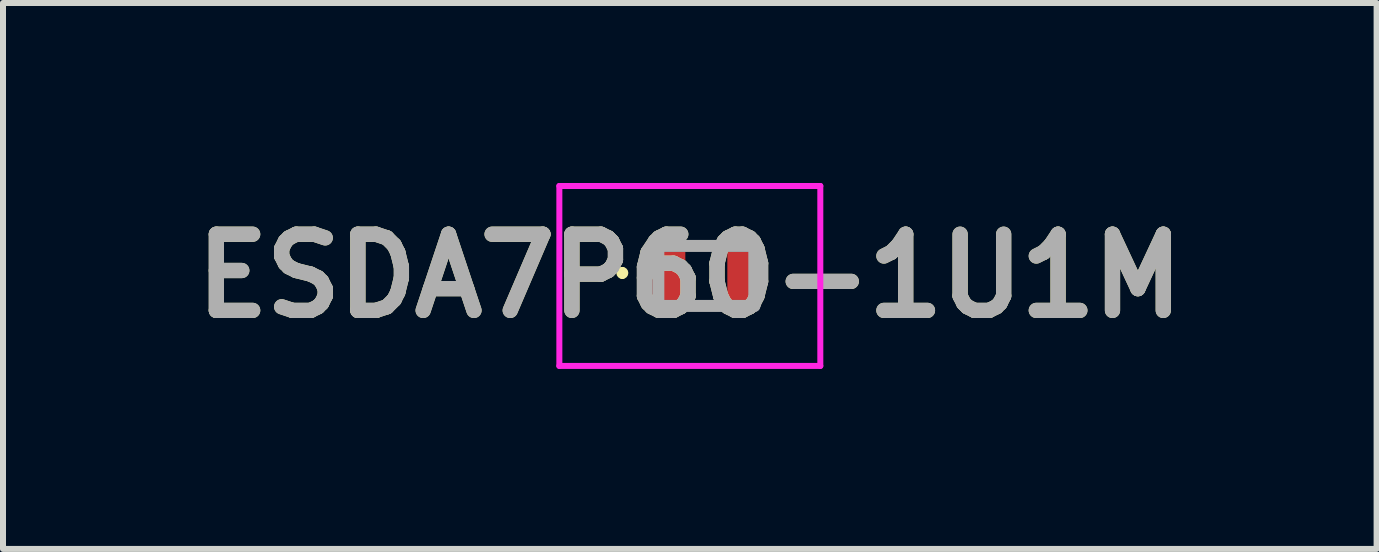
<source format=kicad_pcb>
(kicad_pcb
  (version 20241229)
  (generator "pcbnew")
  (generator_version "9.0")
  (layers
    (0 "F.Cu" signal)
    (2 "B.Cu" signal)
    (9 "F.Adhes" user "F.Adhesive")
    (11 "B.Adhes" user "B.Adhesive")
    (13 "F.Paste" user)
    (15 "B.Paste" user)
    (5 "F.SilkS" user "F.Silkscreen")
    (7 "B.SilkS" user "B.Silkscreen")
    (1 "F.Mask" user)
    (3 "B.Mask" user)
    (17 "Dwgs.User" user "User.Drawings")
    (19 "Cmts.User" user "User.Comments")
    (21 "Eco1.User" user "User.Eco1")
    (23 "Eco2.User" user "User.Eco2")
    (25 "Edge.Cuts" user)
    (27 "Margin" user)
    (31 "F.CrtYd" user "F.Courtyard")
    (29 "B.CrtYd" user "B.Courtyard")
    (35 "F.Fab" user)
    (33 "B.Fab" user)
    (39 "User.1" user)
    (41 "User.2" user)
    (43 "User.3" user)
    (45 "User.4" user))
  (footprint "ESDA7P60-1U1M"
    (layer "F.Cu")
    (at 8.724 1.55)
    (property "Reference" "ESDA7P60-1U1M" (at -0.275 0 0) (layer "F.SilkS") (effects (font (size 1.27 1.27) (thickness 0.254))))
    (attr smd)
    (fp_line (start -1.4 -0.1) (end -1.4 -0.1) (stroke (width 0.1) (type solid)) (layer "F.SilkS"))
    (fp_line (start -1.4 0) (end -1.4 0) (stroke (width 0.1) (type solid)) (layer "F.SilkS"))
    (fp_line (start -0.1 -0.5) (end 0.1 -0.5) (stroke (width 0.1) (type solid)) (layer "F.SilkS"))
    (fp_line (start -0.1 0.5) (end 0.1 0.5) (stroke (width 0.1) (type solid)) (layer "F.SilkS"))
    (fp_arc (start -1.4 -0.1) (mid -1.35 -0.05) (end -1.4 0) (stroke (width 0.1) (type solid)) (layer "F.SilkS"))
    (fp_arc (start -1.4 0) (mid -1.45 -0.05) (end -1.4 -0.1) (stroke (width 0.1) (type solid)) (layer "F.SilkS"))
    (fp_line (start -2.45 -1.5) (end 1.9 -1.5) (stroke (width 0.1) (type solid)) (layer "F.CrtYd"))
    (fp_line (start -2.45 1.5) (end -2.45 -1.5) (stroke (width 0.1) (type solid)) (layer "F.CrtYd"))
    (fp_line (start 1.9 -1.5) (end 1.9 1.5) (stroke (width 0.1) (type solid)) (layer "F.CrtYd"))
    (fp_line (start 1.9 1.5) (end -2.45 1.5) (stroke (width 0.1) (type solid)) (layer "F.CrtYd"))
    (fp_line (start -0.8 -0.5) (end 0.8 -0.5) (stroke (width 0.2) (type solid)) (layer "F.Fab"))
    (fp_line (start -0.8 0.5) (end -0.8 -0.5) (stroke (width 0.2) (type solid)) (layer "F.Fab"))
    (fp_line (start 0.8 -0.5) (end 0.8 0.5) (stroke (width 0.2) (type solid)) (layer "F.Fab"))
    (fp_line (start 0.8 0.5) (end -0.8 0.5) (stroke (width 0.2) (type solid)) (layer "F.Fab"))
    (fp_text user "${REFERENCE}" (at -0.275 0 0) (layer "F.Fab") (effects (font (size 1.27 1.27) (thickness 0.254))))
    (pad "1" smd rect (at -0.625 0) (size 0.55 0.8) (layers "F.Cu" "F.Mask" "F.Paste"))
    (pad "2" smd rect (at 0.625 0) (size 0.55 0.8) (layers "F.Cu" "F.Mask" "F.Paste")))
  (gr_rect
    (start -3 -3)
    (end 19.897 6.1)
    (stroke (width 0.1) (type default))
    (fill no)
    (layer "Edge.Cuts")))
</source>
